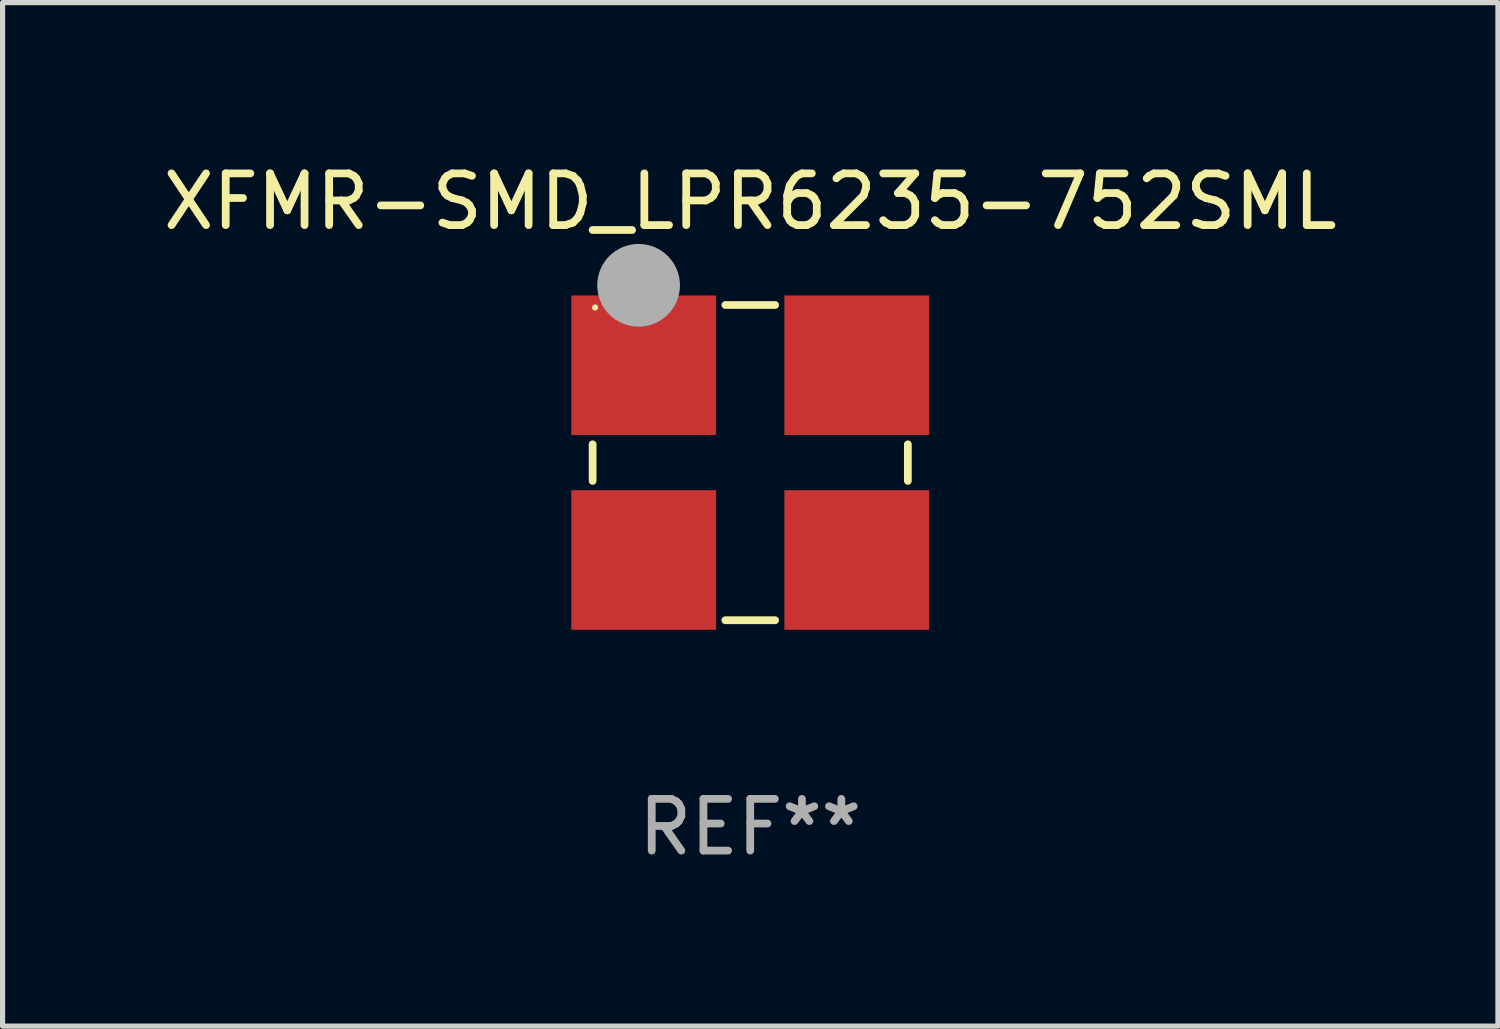
<source format=kicad_pcb>
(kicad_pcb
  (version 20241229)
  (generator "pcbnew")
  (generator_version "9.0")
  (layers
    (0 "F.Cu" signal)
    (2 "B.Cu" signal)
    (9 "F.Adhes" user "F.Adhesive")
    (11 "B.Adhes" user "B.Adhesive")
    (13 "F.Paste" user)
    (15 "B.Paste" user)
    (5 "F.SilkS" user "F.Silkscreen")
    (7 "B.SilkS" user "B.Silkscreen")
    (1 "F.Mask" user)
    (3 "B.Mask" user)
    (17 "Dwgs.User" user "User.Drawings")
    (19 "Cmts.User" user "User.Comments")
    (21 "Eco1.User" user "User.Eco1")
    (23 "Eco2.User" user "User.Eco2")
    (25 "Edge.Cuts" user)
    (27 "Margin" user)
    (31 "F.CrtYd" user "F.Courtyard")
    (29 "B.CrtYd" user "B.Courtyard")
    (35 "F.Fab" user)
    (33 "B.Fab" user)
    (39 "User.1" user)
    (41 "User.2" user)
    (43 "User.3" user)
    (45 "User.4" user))
  (footprint "XFMR-SMD_LPR6235-752SML"
    (layer "F.Cu")
    (at 11.458 5.896)
    (property "Reference" "XFMR-SMD_LPR6235-752SML" (at 0 -5.048 0) (layer "F.SilkS") (effects (font (size 1 1) (thickness 0.15))))
    (attr smd)
    (fp_line (start -3.048 -0.354) (end -3.048 0.354) (stroke (width 0.15) (type solid)) (layer "F.SilkS"))
    (fp_line (start -0.481 -3.048) (end 0.481 -3.048) (stroke (width 0.15) (type solid)) (layer "F.SilkS"))
    (fp_line (start -0.481 3.048) (end 0.481 3.048) (stroke (width 0.15) (type solid)) (layer "F.SilkS"))
    (fp_line (start 3.048 -0.354) (end 3.048 0.354) (stroke (width 0.15) (type solid)) (layer "F.SilkS"))
    (fp_circle (center -3 -3) (end -2.97 -3) (stroke (width 0.06) (type solid)) (fill no) (layer "F.SilkS"))
    (fp_circle (center -2.159 -3.429) (end -1.759 -3.429) (stroke (width 0.8) (type solid)) (fill no) (layer "F.Fab"))
    (fp_text user "REF**" (at 0 7.048 0) (layer "F.Fab") (effects (font (size 1 1) (thickness 0.15))))
    (pad "1" smd rect (at -2.06 -1.883) (size 2.8 2.7) (layers "F.Cu" "F.Mask" "F.Paste"))
    (pad "2" smd rect (at -2.06 1.883) (size 2.8 2.7) (layers "F.Cu" "F.Mask" "F.Paste"))
    (pad "3" smd rect (at 2.06 1.883) (size 2.8 2.7) (layers "F.Cu" "F.Mask" "F.Paste"))
    (pad "4" smd rect (at 2.06 -1.883) (size 2.8 2.7) (layers "F.Cu" "F.Mask" "F.Paste")))
  (gr_rect
    (start -3 -3)
    (end 25.917 16.793)
    (stroke (width 0.1) (type default))
    (fill no)
    (layer "Edge.Cuts")))
</source>
